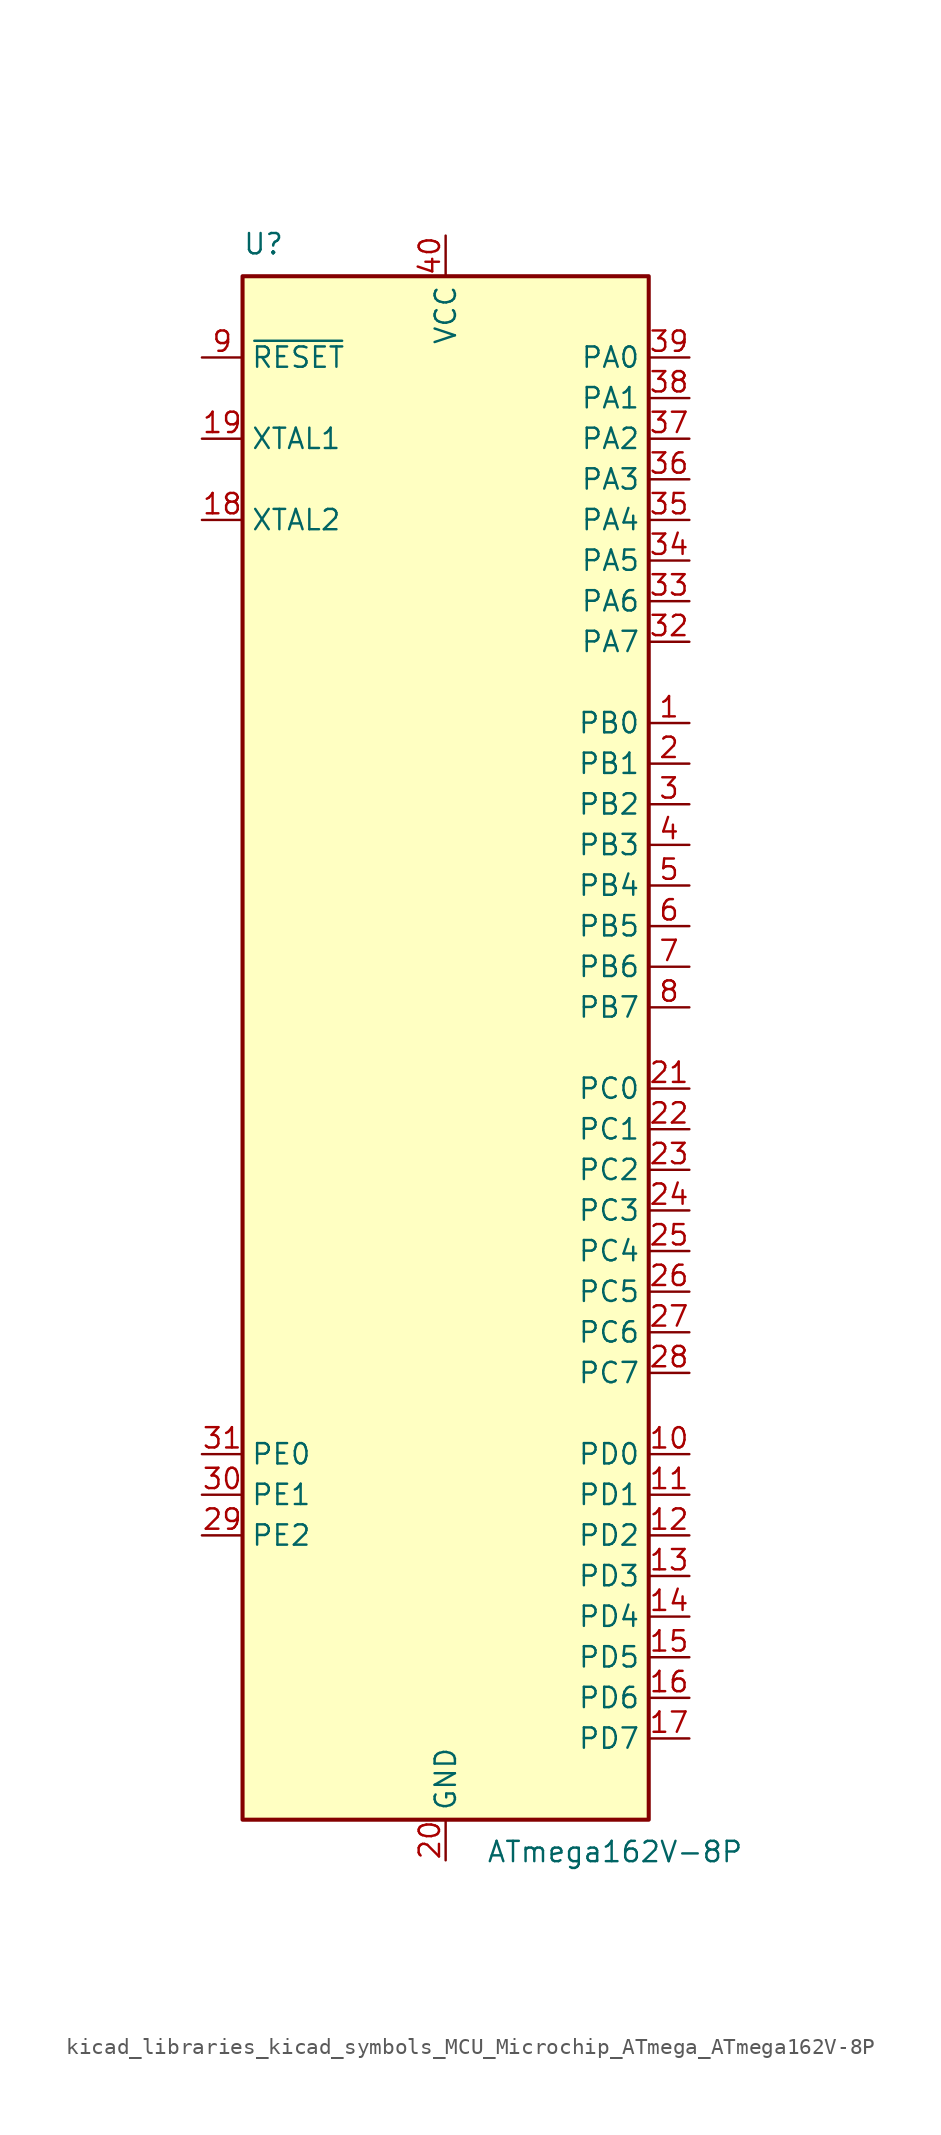
<source format=kicad_sym>
(kicad_symbol_lib
  (version 20220914)
  (generator kicad_symbol_editor)
  (symbol "kicad_libraries_kicad_symbols_MCU_Microchip_ATmega_ATmega162V-8P"
    (property "Reference" "U"
      (at -12.7 49.53 0)
      (effects (font (size 1.27 1.27)) (justify left bottom)))
    (property "Value" "ATmega162V-8P"
      (at 2.54 -49.53 0)
      (effects (font (size 1.27 1.27)) (justify left top)))
    (symbol "kicad_libraries_kicad_symbols_MCU_Microchip_ATmega_ATmega162V-8P_0_1"
      (rectangle (start -12.7 -48.26) (end 12.7 48.26) (stroke (width 0.254) (type default)) (fill (type background))))
    (symbol "kicad_libraries_kicad_symbols_MCU_Microchip_ATmega_ATmega162V-8P_1_1"
      (pin bidirectional line (at 15.24 20.32 180) (length 2.54) (name "PB0" (effects (font (size 1.27 1.27)))) (number "1" (effects (font (size 1.27 1.27)))))
      (pin bidirectional line (at 15.24 -25.4 180) (length 2.54) (name "PD0" (effects (font (size 1.27 1.27)))) (number "10" (effects (font (size 1.27 1.27)))))
      (pin bidirectional line (at 15.24 -27.94 180) (length 2.54) (name "PD1" (effects (font (size 1.27 1.27)))) (number "11" (effects (font (size 1.27 1.27)))))
      (pin bidirectional line (at 15.24 -30.48 180) (length 2.54) (name "PD2" (effects (font (size 1.27 1.27)))) (number "12" (effects (font (size 1.27 1.27)))))
      (pin bidirectional line (at 15.24 -33.02 180) (length 2.54) (name "PD3" (effects (font (size 1.27 1.27)))) (number "13" (effects (font (size 1.27 1.27)))))
      (pin bidirectional line (at 15.24 -35.56 180) (length 2.54) (name "PD4" (effects (font (size 1.27 1.27)))) (number "14" (effects (font (size 1.27 1.27)))))
      (pin bidirectional line (at 15.24 -38.1 180) (length 2.54) (name "PD5" (effects (font (size 1.27 1.27)))) (number "15" (effects (font (size 1.27 1.27)))))
      (pin bidirectional line (at 15.24 -40.64 180) (length 2.54) (name "PD6" (effects (font (size 1.27 1.27)))) (number "16" (effects (font (size 1.27 1.27)))))
      (pin bidirectional line (at 15.24 -43.18 180) (length 2.54) (name "PD7" (effects (font (size 1.27 1.27)))) (number "17" (effects (font (size 1.27 1.27)))))
      (pin output line (at -15.24 33.02 0) (length 2.54) (name "XTAL2" (effects (font (size 1.27 1.27)))) (number "18" (effects (font (size 1.27 1.27)))))
      (pin input line (at -15.24 38.1 0) (length 2.54) (name "XTAL1" (effects (font (size 1.27 1.27)))) (number "19" (effects (font (size 1.27 1.27)))))
      (pin bidirectional line (at 15.24 17.78 180) (length 2.54) (name "PB1" (effects (font (size 1.27 1.27)))) (number "2" (effects (font (size 1.27 1.27)))))
      (pin power_in line (at 0 -50.8 90) (length 2.54) (name "GND" (effects (font (size 1.27 1.27)))) (number "20" (effects (font (size 1.27 1.27)))))
      (pin bidirectional line (at 15.24 -2.54 180) (length 2.54) (name "PC0" (effects (font (size 1.27 1.27)))) (number "21" (effects (font (size 1.27 1.27)))))
      (pin bidirectional line (at 15.24 -5.08 180) (length 2.54) (name "PC1" (effects (font (size 1.27 1.27)))) (number "22" (effects (font (size 1.27 1.27)))))
      (pin bidirectional line (at 15.24 -7.62 180) (length 2.54) (name "PC2" (effects (font (size 1.27 1.27)))) (number "23" (effects (font (size 1.27 1.27)))))
      (pin bidirectional line (at 15.24 -10.16 180) (length 2.54) (name "PC3" (effects (font (size 1.27 1.27)))) (number "24" (effects (font (size 1.27 1.27)))))
      (pin bidirectional line (at 15.24 -12.7 180) (length 2.54) (name "PC4" (effects (font (size 1.27 1.27)))) (number "25" (effects (font (size 1.27 1.27)))))
      (pin bidirectional line (at 15.24 -15.24 180) (length 2.54) (name "PC5" (effects (font (size 1.27 1.27)))) (number "26" (effects (font (size 1.27 1.27)))))
      (pin bidirectional line (at 15.24 -17.78 180) (length 2.54) (name "PC6" (effects (font (size 1.27 1.27)))) (number "27" (effects (font (size 1.27 1.27)))))
      (pin bidirectional line (at 15.24 -20.32 180) (length 2.54) (name "PC7" (effects (font (size 1.27 1.27)))) (number "28" (effects (font (size 1.27 1.27)))))
      (pin bidirectional line (at -15.24 -30.48 0) (length 2.54) (name "PE2" (effects (font (size 1.27 1.27)))) (number "29" (effects (font (size 1.27 1.27)))))
      (pin bidirectional line (at 15.24 15.24 180) (length 2.54) (name "PB2" (effects (font (size 1.27 1.27)))) (number "3" (effects (font (size 1.27 1.27)))))
      (pin bidirectional line (at -15.24 -27.94 0) (length 2.54) (name "PE1" (effects (font (size 1.27 1.27)))) (number "30" (effects (font (size 1.27 1.27)))))
      (pin bidirectional line (at -15.24 -25.4 0) (length 2.54) (name "PE0" (effects (font (size 1.27 1.27)))) (number "31" (effects (font (size 1.27 1.27)))))
      (pin bidirectional line (at 15.24 25.4 180) (length 2.54) (name "PA7" (effects (font (size 1.27 1.27)))) (number "32" (effects (font (size 1.27 1.27)))))
      (pin bidirectional line (at 15.24 27.94 180) (length 2.54) (name "PA6" (effects (font (size 1.27 1.27)))) (number "33" (effects (font (size 1.27 1.27)))))
      (pin bidirectional line (at 15.24 30.48 180) (length 2.54) (name "PA5" (effects (font (size 1.27 1.27)))) (number "34" (effects (font (size 1.27 1.27)))))
      (pin bidirectional line (at 15.24 33.02 180) (length 2.54) (name "PA4" (effects (font (size 1.27 1.27)))) (number "35" (effects (font (size 1.27 1.27)))))
      (pin bidirectional line (at 15.24 35.56 180) (length 2.54) (name "PA3" (effects (font (size 1.27 1.27)))) (number "36" (effects (font (size 1.27 1.27)))))
      (pin bidirectional line (at 15.24 38.1 180) (length 2.54) (name "PA2" (effects (font (size 1.27 1.27)))) (number "37" (effects (font (size 1.27 1.27)))))
      (pin bidirectional line (at 15.24 40.64 180) (length 2.54) (name "PA1" (effects (font (size 1.27 1.27)))) (number "38" (effects (font (size 1.27 1.27)))))
      (pin bidirectional line (at 15.24 43.18 180) (length 2.54) (name "PA0" (effects (font (size 1.27 1.27)))) (number "39" (effects (font (size 1.27 1.27)))))
      (pin bidirectional line (at 15.24 12.7 180) (length 2.54) (name "PB3" (effects (font (size 1.27 1.27)))) (number "4" (effects (font (size 1.27 1.27)))))
      (pin power_in line (at 0 50.8 270) (length 2.54) (name "VCC" (effects (font (size 1.27 1.27)))) (number "40" (effects (font (size 1.27 1.27)))))
      (pin bidirectional line (at 15.24 10.16 180) (length 2.54) (name "PB4" (effects (font (size 1.27 1.27)))) (number "5" (effects (font (size 1.27 1.27)))))
      (pin bidirectional line (at 15.24 7.62 180) (length 2.54) (name "PB5" (effects (font (size 1.27 1.27)))) (number "6" (effects (font (size 1.27 1.27)))))
      (pin bidirectional line (at 15.24 5.08 180) (length 2.54) (name "PB6" (effects (font (size 1.27 1.27)))) (number "7" (effects (font (size 1.27 1.27)))))
      (pin bidirectional line (at 15.24 2.54 180) (length 2.54) (name "PB7" (effects (font (size 1.27 1.27)))) (number "8" (effects (font (size 1.27 1.27)))))
      (pin input line (at -15.24 43.18 0) (length 2.54) (name "~{RESET}" (effects (font (size 1.27 1.27)))) (number "9" (effects (font (size 1.27 1.27))))))))
</source>
